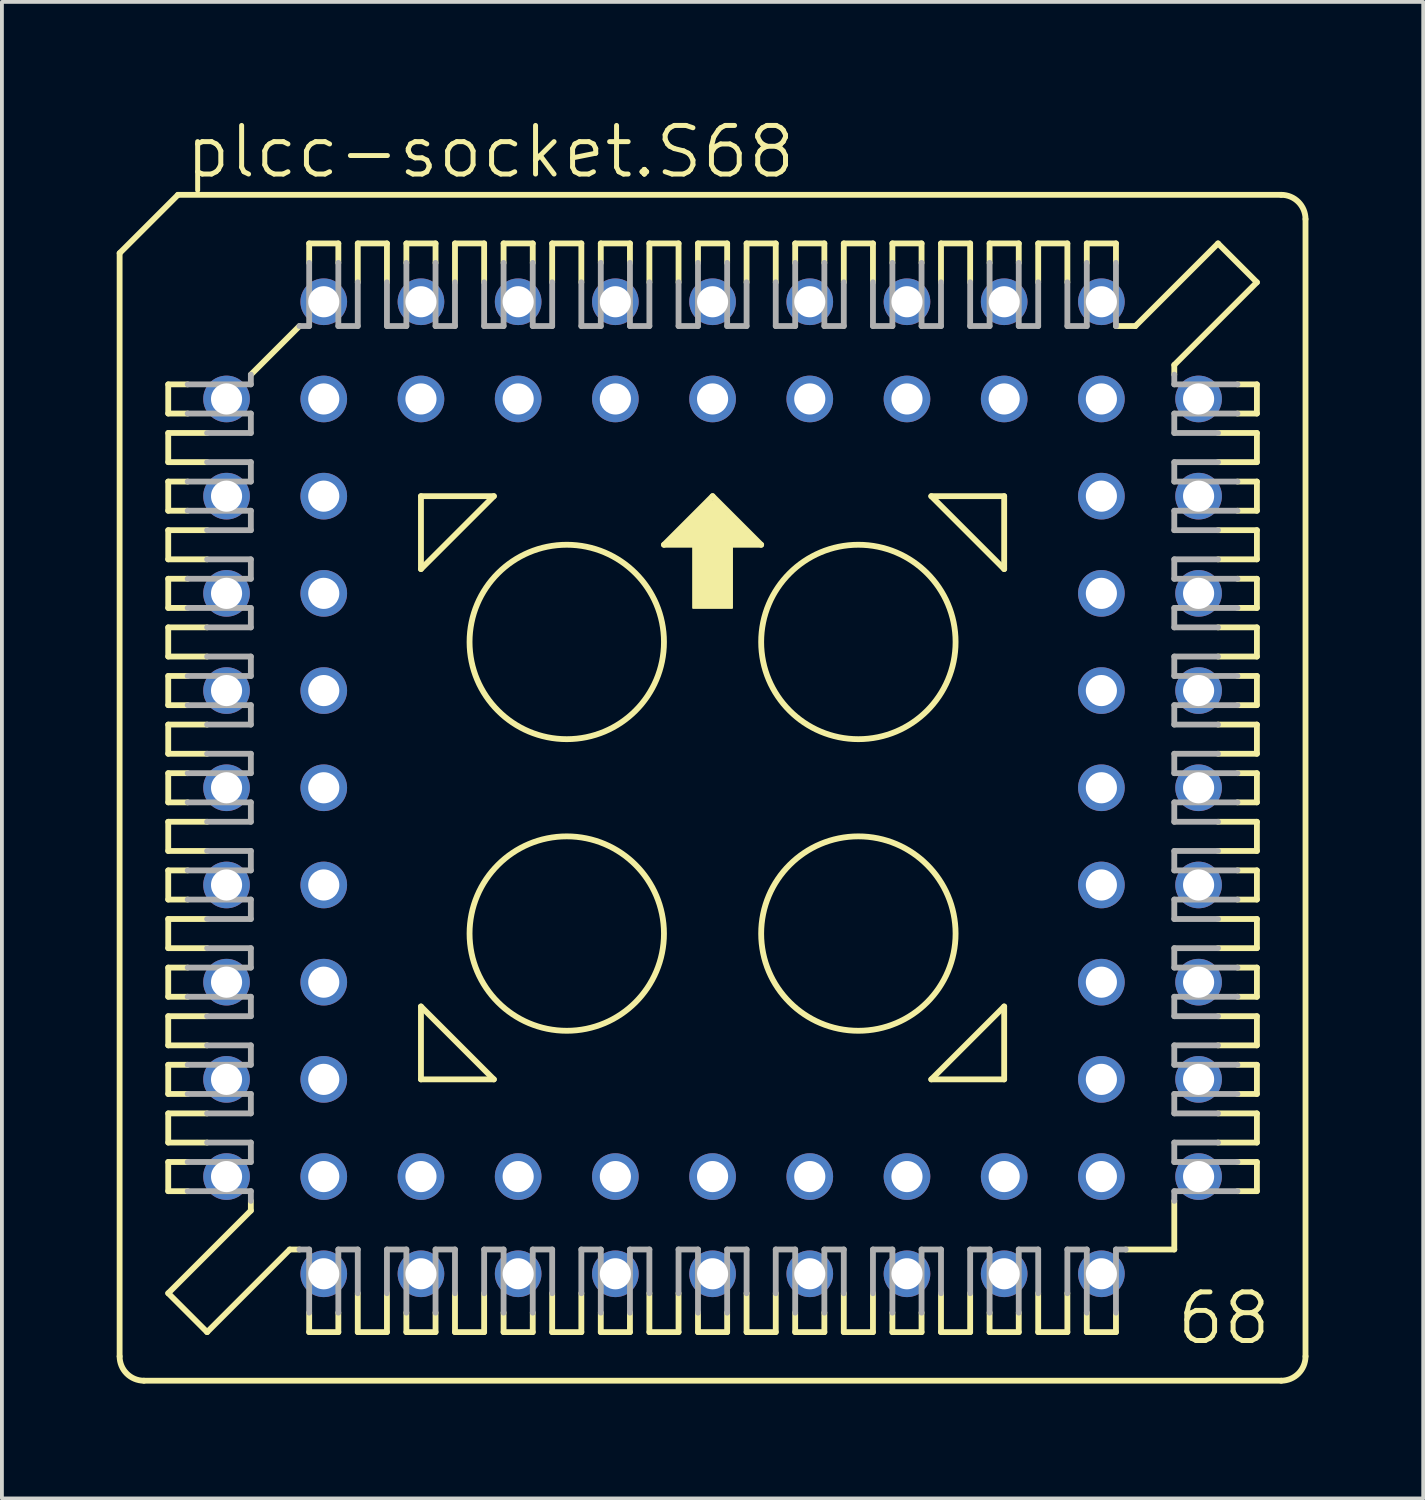
<source format=kicad_pcb>
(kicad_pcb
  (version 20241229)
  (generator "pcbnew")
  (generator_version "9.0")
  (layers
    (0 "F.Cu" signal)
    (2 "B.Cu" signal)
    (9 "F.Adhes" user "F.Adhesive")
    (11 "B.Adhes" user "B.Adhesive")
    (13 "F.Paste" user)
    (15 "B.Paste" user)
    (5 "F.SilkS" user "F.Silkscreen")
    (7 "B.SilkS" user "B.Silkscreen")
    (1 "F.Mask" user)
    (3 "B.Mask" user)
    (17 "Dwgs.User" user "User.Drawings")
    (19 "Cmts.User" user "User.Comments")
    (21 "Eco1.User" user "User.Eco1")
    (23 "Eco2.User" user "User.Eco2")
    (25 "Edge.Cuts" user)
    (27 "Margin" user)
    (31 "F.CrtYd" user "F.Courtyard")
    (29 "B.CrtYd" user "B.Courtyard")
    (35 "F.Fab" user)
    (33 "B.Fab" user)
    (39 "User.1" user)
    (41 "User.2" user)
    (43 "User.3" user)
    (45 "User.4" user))
  (footprint "plcc-socket.S68"
    (layer "F.Cu")
    (at 15.57 17.535)
    (property "Reference" "plcc-socket.S68" (at -13.843 -15.875 0) (layer "F.SilkS") (effects (font (size 1.27 1.27) (thickness 0.13)) (justify left bottom)))
    (attr through_hole)
    (fp_line (start -15.494 -13.97) (end -15.494 14.859) (stroke (width 0.152) (type default)) (layer "F.SilkS"))
    (fp_line (start -14.224 -10.541) (end -14.224 -9.779) (stroke (width 0.152) (type default)) (layer "F.SilkS"))
    (fp_line (start -14.224 -9.779) (end -13.716 -9.779) (stroke (width 0.152) (type default)) (layer "F.SilkS"))
    (fp_line (start -14.224 -9.271) (end -14.224 -8.509) (stroke (width 0.152) (type default)) (layer "F.SilkS"))
    (fp_line (start -14.224 -8.509) (end -13.208 -8.509) (stroke (width 0.152) (type default)) (layer "F.SilkS"))
    (fp_line (start -14.224 -8.001) (end -13.716 -8.001) (stroke (width 0.152) (type default)) (layer "F.SilkS"))
    (fp_line (start -14.224 -7.239) (end -14.224 -8.001) (stroke (width 0.152) (type default)) (layer "F.SilkS"))
    (fp_line (start -14.224 -6.731) (end -14.224 -5.969) (stroke (width 0.152) (type default)) (layer "F.SilkS"))
    (fp_line (start -14.224 -5.969) (end -13.208 -5.969) (stroke (width 0.152) (type default)) (layer "F.SilkS"))
    (fp_line (start -14.224 -5.461) (end -14.224 -4.699) (stroke (width 0.152) (type default)) (layer "F.SilkS"))
    (fp_line (start -14.224 -4.699) (end -13.716 -4.699) (stroke (width 0.152) (type default)) (layer "F.SilkS"))
    (fp_line (start -14.224 -4.191) (end -14.224 -3.429) (stroke (width 0.152) (type default)) (layer "F.SilkS"))
    (fp_line (start -14.224 -3.429) (end -13.208 -3.429) (stroke (width 0.152) (type default)) (layer "F.SilkS"))
    (fp_line (start -14.224 -2.921) (end -14.224 -2.159) (stroke (width 0.152) (type default)) (layer "F.SilkS"))
    (fp_line (start -14.224 -2.159) (end -13.716 -2.159) (stroke (width 0.152) (type default)) (layer "F.SilkS"))
    (fp_line (start -14.224 -1.651) (end -13.208 -1.651) (stroke (width 0.152) (type default)) (layer "F.SilkS"))
    (fp_line (start -14.224 -0.889) (end -14.224 -1.651) (stroke (width 0.152) (type default)) (layer "F.SilkS"))
    (fp_line (start -14.224 -0.381) (end -13.716 -0.381) (stroke (width 0.152) (type default)) (layer "F.SilkS"))
    (fp_line (start -14.224 0.381) (end -14.224 -0.381) (stroke (width 0.152) (type default)) (layer "F.SilkS"))
    (fp_line (start -14.224 0.889) (end -13.208 0.889) (stroke (width 0.152) (type default)) (layer "F.SilkS"))
    (fp_line (start -14.224 1.651) (end -14.224 0.889) (stroke (width 0.152) (type default)) (layer "F.SilkS"))
    (fp_line (start -14.224 2.159) (end -13.716 2.159) (stroke (width 0.152) (type default)) (layer "F.SilkS"))
    (fp_line (start -14.224 2.921) (end -14.224 2.159) (stroke (width 0.152) (type default)) (layer "F.SilkS"))
    (fp_line (start -14.224 3.429) (end -13.208 3.429) (stroke (width 0.152) (type default)) (layer "F.SilkS"))
    (fp_line (start -14.224 4.191) (end -14.224 3.429) (stroke (width 0.152) (type default)) (layer "F.SilkS"))
    (fp_line (start -14.224 4.699) (end -13.716 4.699) (stroke (width 0.152) (type default)) (layer "F.SilkS"))
    (fp_line (start -14.224 5.461) (end -14.224 4.699) (stroke (width 0.152) (type default)) (layer "F.SilkS"))
    (fp_line (start -14.224 5.969) (end -14.224 6.731) (stroke (width 0.152) (type default)) (layer "F.SilkS"))
    (fp_line (start -14.224 6.731) (end -13.208 6.731) (stroke (width 0.152) (type default)) (layer "F.SilkS"))
    (fp_line (start -14.224 7.239) (end -14.224 8.001) (stroke (width 0.152) (type default)) (layer "F.SilkS"))
    (fp_line (start -14.224 8.001) (end -13.716 8.001) (stroke (width 0.152) (type default)) (layer "F.SilkS"))
    (fp_line (start -14.224 8.509) (end -14.224 9.271) (stroke (width 0.152) (type default)) (layer "F.SilkS"))
    (fp_line (start -14.224 9.271) (end -13.208 9.271) (stroke (width 0.152) (type default)) (layer "F.SilkS"))
    (fp_line (start -14.224 9.779) (end -13.716 9.779) (stroke (width 0.152) (type default)) (layer "F.SilkS"))
    (fp_line (start -14.224 10.541) (end -14.224 9.779) (stroke (width 0.152) (type default)) (layer "F.SilkS"))
    (fp_line (start -14.224 13.208) (end -12.065 11.049) (stroke (width 0.152) (type default)) (layer "F.SilkS"))
    (fp_line (start -13.97 -15.494) (end -15.494 -13.97) (stroke (width 0.152) (type default)) (layer "F.SilkS"))
    (fp_line (start -13.716 -10.541) (end -14.224 -10.541) (stroke (width 0.152) (type default)) (layer "F.SilkS"))
    (fp_line (start -13.716 -7.239) (end -14.224 -7.239) (stroke (width 0.152) (type default)) (layer "F.SilkS"))
    (fp_line (start -13.716 -5.461) (end -14.224 -5.461) (stroke (width 0.152) (type default)) (layer "F.SilkS"))
    (fp_line (start -13.716 -2.921) (end -14.224 -2.921) (stroke (width 0.152) (type default)) (layer "F.SilkS"))
    (fp_line (start -13.716 0.381) (end -14.224 0.381) (stroke (width 0.152) (type default)) (layer "F.SilkS"))
    (fp_line (start -13.716 2.921) (end -14.224 2.921) (stroke (width 0.152) (type default)) (layer "F.SilkS"))
    (fp_line (start -13.716 5.461) (end -14.224 5.461) (stroke (width 0.152) (type default)) (layer "F.SilkS"))
    (fp_line (start -13.716 7.239) (end -14.224 7.239) (stroke (width 0.152) (type default)) (layer "F.SilkS"))
    (fp_line (start -13.716 10.541) (end -14.224 10.541) (stroke (width 0.152) (type default)) (layer "F.SilkS"))
    (fp_line (start -13.208 -9.271) (end -14.224 -9.271) (stroke (width 0.152) (type default)) (layer "F.SilkS"))
    (fp_line (start -13.208 -6.731) (end -14.224 -6.731) (stroke (width 0.152) (type default)) (layer "F.SilkS"))
    (fp_line (start -13.208 -4.191) (end -14.224 -4.191) (stroke (width 0.152) (type default)) (layer "F.SilkS"))
    (fp_line (start -13.208 -0.889) (end -14.224 -0.889) (stroke (width 0.152) (type default)) (layer "F.SilkS"))
    (fp_line (start -13.208 1.651) (end -14.224 1.651) (stroke (width 0.152) (type default)) (layer "F.SilkS"))
    (fp_line (start -13.208 4.191) (end -14.224 4.191) (stroke (width 0.152) (type default)) (layer "F.SilkS"))
    (fp_line (start -13.208 5.969) (end -14.224 5.969) (stroke (width 0.152) (type default)) (layer "F.SilkS"))
    (fp_line (start -13.208 8.509) (end -14.224 8.509) (stroke (width 0.152) (type default)) (layer "F.SilkS"))
    (fp_line (start -13.208 14.224) (end -14.224 13.208) (stroke (width 0.152) (type default)) (layer "F.SilkS"))
    (fp_line (start -13.208 14.224) (end -11.049 12.065) (stroke (width 0.152) (type default)) (layer "F.SilkS"))
    (fp_line (start -12.065 -10.795) (end -10.795 -12.065) (stroke (width 0.152) (type default)) (layer "F.SilkS"))
    (fp_line (start -12.065 11.049) (end -12.065 10.795) (stroke (width 0.152) (type default)) (layer "F.SilkS"))
    (fp_line (start -11.049 12.065) (end -10.795 12.065) (stroke (width 0.152) (type default)) (layer "F.SilkS"))
    (fp_line (start -10.541 -14.224) (end -10.541 -13.716) (stroke (width 0.152) (type default)) (layer "F.SilkS"))
    (fp_line (start -10.541 13.716) (end -10.541 14.224) (stroke (width 0.152) (type default)) (layer "F.SilkS"))
    (fp_line (start -10.541 14.224) (end -9.779 14.224) (stroke (width 0.152) (type default)) (layer "F.SilkS"))
    (fp_line (start -9.779 -14.224) (end -10.541 -14.224) (stroke (width 0.152) (type default)) (layer "F.SilkS"))
    (fp_line (start -9.779 -13.716) (end -9.779 -14.224) (stroke (width 0.152) (type default)) (layer "F.SilkS"))
    (fp_line (start -9.779 14.224) (end -9.779 13.716) (stroke (width 0.152) (type default)) (layer "F.SilkS"))
    (fp_line (start -9.271 -14.224) (end -9.271 -13.208) (stroke (width 0.152) (type default)) (layer "F.SilkS"))
    (fp_line (start -9.271 13.208) (end -9.271 14.224) (stroke (width 0.152) (type default)) (layer "F.SilkS"))
    (fp_line (start -9.271 14.224) (end -8.509 14.224) (stroke (width 0.152) (type default)) (layer "F.SilkS"))
    (fp_line (start -8.509 -14.224) (end -9.271 -14.224) (stroke (width 0.152) (type default)) (layer "F.SilkS"))
    (fp_line (start -8.509 -13.208) (end -8.509 -14.224) (stroke (width 0.152) (type default)) (layer "F.SilkS"))
    (fp_line (start -8.509 14.224) (end -8.509 13.208) (stroke (width 0.152) (type default)) (layer "F.SilkS"))
    (fp_line (start -8.001 -14.224) (end -8.001 -13.716) (stroke (width 0.152) (type default)) (layer "F.SilkS"))
    (fp_line (start -8.001 14.224) (end -8.001 13.716) (stroke (width 0.152) (type default)) (layer "F.SilkS"))
    (fp_line (start -7.62 -7.62) (end -5.715 -7.62) (stroke (width 0.152) (type default)) (layer "F.SilkS"))
    (fp_line (start -7.62 -5.715) (end -7.62 -7.62) (stroke (width 0.152) (type default)) (layer "F.SilkS"))
    (fp_line (start -7.62 5.715) (end -5.715 7.62) (stroke (width 0.152) (type default)) (layer "F.SilkS"))
    (fp_line (start -7.62 7.62) (end -7.62 5.715) (stroke (width 0.152) (type default)) (layer "F.SilkS"))
    (fp_line (start -7.239 -14.224) (end -8.001 -14.224) (stroke (width 0.152) (type default)) (layer "F.SilkS"))
    (fp_line (start -7.239 -13.716) (end -7.239 -14.224) (stroke (width 0.152) (type default)) (layer "F.SilkS"))
    (fp_line (start -7.239 13.716) (end -7.239 14.224) (stroke (width 0.152) (type default)) (layer "F.SilkS"))
    (fp_line (start -7.239 14.224) (end -8.001 14.224) (stroke (width 0.152) (type default)) (layer "F.SilkS"))
    (fp_line (start -6.731 -14.224) (end -6.731 -13.208) (stroke (width 0.152) (type default)) (layer "F.SilkS"))
    (fp_line (start -6.731 13.208) (end -6.731 14.224) (stroke (width 0.152) (type default)) (layer "F.SilkS"))
    (fp_line (start -6.731 14.224) (end -5.969 14.224) (stroke (width 0.152) (type default)) (layer "F.SilkS"))
    (fp_line (start -5.969 -14.224) (end -6.731 -14.224) (stroke (width 0.152) (type default)) (layer "F.SilkS"))
    (fp_line (start -5.969 -13.208) (end -5.969 -14.224) (stroke (width 0.152) (type default)) (layer "F.SilkS"))
    (fp_line (start -5.969 14.224) (end -5.969 13.208) (stroke (width 0.152) (type default)) (layer "F.SilkS"))
    (fp_line (start -5.715 -7.62) (end -7.62 -5.715) (stroke (width 0.152) (type default)) (layer "F.SilkS"))
    (fp_line (start -5.715 7.62) (end -7.62 7.62) (stroke (width 0.152) (type default)) (layer "F.SilkS"))
    (fp_line (start -5.461 -14.224) (end -5.461 -13.716) (stroke (width 0.152) (type default)) (layer "F.SilkS"))
    (fp_line (start -5.461 13.716) (end -5.461 14.224) (stroke (width 0.152) (type default)) (layer "F.SilkS"))
    (fp_line (start -5.461 14.224) (end -4.699 14.224) (stroke (width 0.152) (type default)) (layer "F.SilkS"))
    (fp_line (start -4.699 -14.224) (end -5.461 -14.224) (stroke (width 0.152) (type default)) (layer "F.SilkS"))
    (fp_line (start -4.699 -13.716) (end -4.699 -14.224) (stroke (width 0.152) (type default)) (layer "F.SilkS"))
    (fp_line (start -4.699 14.224) (end -4.699 13.716) (stroke (width 0.152) (type default)) (layer "F.SilkS"))
    (fp_line (start -4.191 -14.224) (end -4.191 -13.208) (stroke (width 0.152) (type default)) (layer "F.SilkS"))
    (fp_line (start -4.191 13.208) (end -4.191 14.224) (stroke (width 0.152) (type default)) (layer "F.SilkS"))
    (fp_line (start -4.191 14.224) (end -3.429 14.224) (stroke (width 0.152) (type default)) (layer "F.SilkS"))
    (fp_line (start -3.429 -14.224) (end -4.191 -14.224) (stroke (width 0.152) (type default)) (layer "F.SilkS"))
    (fp_line (start -3.429 -13.208) (end -3.429 -14.224) (stroke (width 0.152) (type default)) (layer "F.SilkS"))
    (fp_line (start -3.429 14.224) (end -3.429 13.208) (stroke (width 0.152) (type default)) (layer "F.SilkS"))
    (fp_line (start -2.921 -14.224) (end -2.921 -13.716) (stroke (width 0.152) (type default)) (layer "F.SilkS"))
    (fp_line (start -2.921 13.716) (end -2.921 14.224) (stroke (width 0.152) (type default)) (layer "F.SilkS"))
    (fp_line (start -2.921 14.224) (end -2.159 14.224) (stroke (width 0.152) (type default)) (layer "F.SilkS"))
    (fp_line (start -2.159 -14.224) (end -2.921 -14.224) (stroke (width 0.152) (type default)) (layer "F.SilkS"))
    (fp_line (start -2.159 -13.716) (end -2.159 -14.224) (stroke (width 0.152) (type default)) (layer "F.SilkS"))
    (fp_line (start -2.159 14.224) (end -2.159 13.716) (stroke (width 0.152) (type default)) (layer "F.SilkS"))
    (fp_line (start -1.651 -14.224) (end -1.651 -13.208) (stroke (width 0.152) (type default)) (layer "F.SilkS"))
    (fp_line (start -1.651 13.208) (end -1.651 14.224) (stroke (width 0.152) (type default)) (layer "F.SilkS"))
    (fp_line (start -1.651 14.224) (end -0.889 14.224) (stroke (width 0.152) (type default)) (layer "F.SilkS"))
    (fp_line (start -1.27 -6.35) (end 1.27 -6.35) (stroke (width 0.152) (type default)) (layer "F.SilkS"))
    (fp_line (start -0.889 -14.224) (end -1.651 -14.224) (stroke (width 0.152) (type default)) (layer "F.SilkS"))
    (fp_line (start -0.889 -13.208) (end -0.889 -14.224) (stroke (width 0.152) (type default)) (layer "F.SilkS"))
    (fp_line (start -0.889 14.224) (end -0.889 13.208) (stroke (width 0.152) (type default)) (layer "F.SilkS"))
    (fp_line (start -0.381 -14.224) (end -0.381 -13.716) (stroke (width 0.152) (type default)) (layer "F.SilkS"))
    (fp_line (start -0.381 13.716) (end -0.381 14.224) (stroke (width 0.152) (type default)) (layer "F.SilkS"))
    (fp_line (start -0.381 14.224) (end 0.381 14.224) (stroke (width 0.152) (type default)) (layer "F.SilkS"))
    (fp_line (start 0 -7.62) (end -1.27 -6.35) (stroke (width 0.152) (type default)) (layer "F.SilkS"))
    (fp_line (start 0.381 -14.224) (end -0.381 -14.224) (stroke (width 0.152) (type default)) (layer "F.SilkS"))
    (fp_line (start 0.381 -13.716) (end 0.381 -14.224) (stroke (width 0.152) (type default)) (layer "F.SilkS"))
    (fp_line (start 0.381 14.224) (end 0.381 13.716) (stroke (width 0.152) (type default)) (layer "F.SilkS"))
    (fp_line (start 0.889 -14.224) (end 0.889 -13.208) (stroke (width 0.152) (type default)) (layer "F.SilkS"))
    (fp_line (start 0.889 13.208) (end 0.889 14.224) (stroke (width 0.152) (type default)) (layer "F.SilkS"))
    (fp_line (start 0.889 14.224) (end 1.651 14.224) (stroke (width 0.152) (type default)) (layer "F.SilkS"))
    (fp_line (start 1.27 -6.35) (end 0 -7.62) (stroke (width 0.152) (type default)) (layer "F.SilkS"))
    (fp_line (start 1.651 -14.224) (end 0.889 -14.224) (stroke (width 0.152) (type default)) (layer "F.SilkS"))
    (fp_line (start 1.651 -13.208) (end 1.651 -14.224) (stroke (width 0.152) (type default)) (layer "F.SilkS"))
    (fp_line (start 1.651 14.224) (end 1.651 13.208) (stroke (width 0.152) (type default)) (layer "F.SilkS"))
    (fp_line (start 2.159 -14.224) (end 2.159 -13.716) (stroke (width 0.152) (type default)) (layer "F.SilkS"))
    (fp_line (start 2.159 13.716) (end 2.159 14.224) (stroke (width 0.152) (type default)) (layer "F.SilkS"))
    (fp_line (start 2.159 14.224) (end 2.921 14.224) (stroke (width 0.152) (type default)) (layer "F.SilkS"))
    (fp_line (start 2.921 -14.224) (end 2.159 -14.224) (stroke (width 0.152) (type default)) (layer "F.SilkS"))
    (fp_line (start 2.921 -13.716) (end 2.921 -14.224) (stroke (width 0.152) (type default)) (layer "F.SilkS"))
    (fp_line (start 2.921 14.224) (end 2.921 13.716) (stroke (width 0.152) (type default)) (layer "F.SilkS"))
    (fp_line (start 3.429 -14.224) (end 3.429 -13.208) (stroke (width 0.152) (type default)) (layer "F.SilkS"))
    (fp_line (start 3.429 13.208) (end 3.429 14.224) (stroke (width 0.152) (type default)) (layer "F.SilkS"))
    (fp_line (start 3.429 14.224) (end 4.191 14.224) (stroke (width 0.152) (type default)) (layer "F.SilkS"))
    (fp_line (start 4.191 -14.224) (end 3.429 -14.224) (stroke (width 0.152) (type default)) (layer "F.SilkS"))
    (fp_line (start 4.191 -13.208) (end 4.191 -14.224) (stroke (width 0.152) (type default)) (layer "F.SilkS"))
    (fp_line (start 4.191 14.224) (end 4.191 13.208) (stroke (width 0.152) (type default)) (layer "F.SilkS"))
    (fp_line (start 4.699 -14.224) (end 4.699 -13.716) (stroke (width 0.152) (type default)) (layer "F.SilkS"))
    (fp_line (start 4.699 13.716) (end 4.699 14.224) (stroke (width 0.152) (type default)) (layer "F.SilkS"))
    (fp_line (start 4.699 14.224) (end 5.461 14.224) (stroke (width 0.152) (type default)) (layer "F.SilkS"))
    (fp_line (start 5.461 -14.224) (end 4.699 -14.224) (stroke (width 0.152) (type default)) (layer "F.SilkS"))
    (fp_line (start 5.461 -13.716) (end 5.461 -14.224) (stroke (width 0.152) (type default)) (layer "F.SilkS"))
    (fp_line (start 5.461 14.224) (end 5.461 13.716) (stroke (width 0.152) (type default)) (layer "F.SilkS"))
    (fp_line (start 5.715 -7.62) (end 7.62 -7.62) (stroke (width 0.152) (type default)) (layer "F.SilkS"))
    (fp_line (start 5.715 7.62) (end 7.62 7.62) (stroke (width 0.152) (type default)) (layer "F.SilkS"))
    (fp_line (start 5.969 -14.224) (end 5.969 -13.208) (stroke (width 0.152) (type default)) (layer "F.SilkS"))
    (fp_line (start 5.969 13.208) (end 5.969 14.224) (stroke (width 0.152) (type default)) (layer "F.SilkS"))
    (fp_line (start 5.969 14.224) (end 6.731 14.224) (stroke (width 0.152) (type default)) (layer "F.SilkS"))
    (fp_line (start 6.731 -14.224) (end 5.969 -14.224) (stroke (width 0.152) (type default)) (layer "F.SilkS"))
    (fp_line (start 6.731 -13.208) (end 6.731 -14.224) (stroke (width 0.152) (type default)) (layer "F.SilkS"))
    (fp_line (start 6.731 14.224) (end 6.731 13.208) (stroke (width 0.152) (type default)) (layer "F.SilkS"))
    (fp_line (start 7.239 -14.224) (end 8.001 -14.224) (stroke (width 0.152) (type default)) (layer "F.SilkS"))
    (fp_line (start 7.239 -13.716) (end 7.239 -14.224) (stroke (width 0.152) (type default)) (layer "F.SilkS"))
    (fp_line (start 7.239 13.716) (end 7.239 14.224) (stroke (width 0.152) (type default)) (layer "F.SilkS"))
    (fp_line (start 7.239 14.224) (end 8.001 14.224) (stroke (width 0.152) (type default)) (layer "F.SilkS"))
    (fp_line (start 7.62 -7.62) (end 7.62 -5.715) (stroke (width 0.152) (type default)) (layer "F.SilkS"))
    (fp_line (start 7.62 -5.715) (end 5.715 -7.62) (stroke (width 0.152) (type default)) (layer "F.SilkS"))
    (fp_line (start 7.62 5.715) (end 5.715 7.62) (stroke (width 0.152) (type default)) (layer "F.SilkS"))
    (fp_line (start 7.62 7.62) (end 7.62 5.715) (stroke (width 0.152) (type default)) (layer "F.SilkS"))
    (fp_line (start 8.001 -14.224) (end 8.001 -13.716) (stroke (width 0.152) (type default)) (layer "F.SilkS"))
    (fp_line (start 8.001 14.224) (end 8.001 13.716) (stroke (width 0.152) (type default)) (layer "F.SilkS"))
    (fp_line (start 8.509 -14.224) (end 8.509 -13.208) (stroke (width 0.152) (type default)) (layer "F.SilkS"))
    (fp_line (start 8.509 13.208) (end 8.509 14.224) (stroke (width 0.152) (type default)) (layer "F.SilkS"))
    (fp_line (start 8.509 14.224) (end 9.271 14.224) (stroke (width 0.152) (type default)) (layer "F.SilkS"))
    (fp_line (start 9.271 -14.224) (end 8.509 -14.224) (stroke (width 0.152) (type default)) (layer "F.SilkS"))
    (fp_line (start 9.271 -13.208) (end 9.271 -14.224) (stroke (width 0.152) (type default)) (layer "F.SilkS"))
    (fp_line (start 9.271 14.224) (end 9.271 13.208) (stroke (width 0.152) (type default)) (layer "F.SilkS"))
    (fp_line (start 9.779 -14.224) (end 9.779 -13.716) (stroke (width 0.152) (type default)) (layer "F.SilkS"))
    (fp_line (start 9.779 13.716) (end 9.779 14.224) (stroke (width 0.152) (type default)) (layer "F.SilkS"))
    (fp_line (start 9.779 14.224) (end 10.541 14.224) (stroke (width 0.152) (type default)) (layer "F.SilkS"))
    (fp_line (start 10.541 -14.224) (end 9.779 -14.224) (stroke (width 0.152) (type default)) (layer "F.SilkS"))
    (fp_line (start 10.541 -13.716) (end 10.541 -14.224) (stroke (width 0.152) (type default)) (layer "F.SilkS"))
    (fp_line (start 10.541 14.224) (end 10.541 13.716) (stroke (width 0.152) (type default)) (layer "F.SilkS"))
    (fp_line (start 10.795 12.065) (end 12.065 12.065) (stroke (width 0.152) (type default)) (layer "F.SilkS"))
    (fp_line (start 11.049 -12.065) (end 10.541 -12.065) (stroke (width 0.152) (type default)) (layer "F.SilkS"))
    (fp_line (start 12.065 -11.049) (end 12.065 -10.795) (stroke (width 0.152) (type default)) (layer "F.SilkS"))
    (fp_line (start 12.065 12.065) (end 12.065 10.795) (stroke (width 0.152) (type default)) (layer "F.SilkS"))
    (fp_line (start 13.208 -14.224) (end 11.049 -12.065) (stroke (width 0.152) (type default)) (layer "F.SilkS"))
    (fp_line (start 13.208 -8.509) (end 14.224 -8.509) (stroke (width 0.152) (type default)) (layer "F.SilkS"))
    (fp_line (start 13.208 -5.969) (end 14.224 -5.969) (stroke (width 0.152) (type default)) (layer "F.SilkS"))
    (fp_line (start 13.208 -4.191) (end 14.224 -4.191) (stroke (width 0.152) (type default)) (layer "F.SilkS"))
    (fp_line (start 13.208 -1.651) (end 14.224 -1.651) (stroke (width 0.152) (type default)) (layer "F.SilkS"))
    (fp_line (start 13.208 0.889) (end 14.224 0.889) (stroke (width 0.152) (type default)) (layer "F.SilkS"))
    (fp_line (start 13.208 4.191) (end 14.224 4.191) (stroke (width 0.152) (type default)) (layer "F.SilkS"))
    (fp_line (start 13.208 6.731) (end 14.224 6.731) (stroke (width 0.152) (type default)) (layer "F.SilkS"))
    (fp_line (start 13.208 9.271) (end 14.224 9.271) (stroke (width 0.152) (type default)) (layer "F.SilkS"))
    (fp_line (start 13.716 -10.541) (end 14.224 -10.541) (stroke (width 0.152) (type default)) (layer "F.SilkS"))
    (fp_line (start 13.716 -7.239) (end 14.224 -7.239) (stroke (width 0.152) (type default)) (layer "F.SilkS"))
    (fp_line (start 13.716 -5.461) (end 14.224 -5.461) (stroke (width 0.152) (type default)) (layer "F.SilkS"))
    (fp_line (start 13.716 -2.921) (end 14.224 -2.921) (stroke (width 0.152) (type default)) (layer "F.SilkS"))
    (fp_line (start 13.716 -0.381) (end 14.224 -0.381) (stroke (width 0.152) (type default)) (layer "F.SilkS"))
    (fp_line (start 13.716 2.921) (end 14.224 2.921) (stroke (width 0.152) (type default)) (layer "F.SilkS"))
    (fp_line (start 13.716 5.461) (end 14.224 5.461) (stroke (width 0.152) (type default)) (layer "F.SilkS"))
    (fp_line (start 13.716 7.239) (end 14.224 7.239) (stroke (width 0.152) (type default)) (layer "F.SilkS"))
    (fp_line (start 13.716 10.541) (end 14.224 10.541) (stroke (width 0.152) (type default)) (layer "F.SilkS"))
    (fp_line (start 14.224 -13.208) (end 12.065 -11.049) (stroke (width 0.152) (type default)) (layer "F.SilkS"))
    (fp_line (start 14.224 -13.208) (end 13.208 -14.224) (stroke (width 0.152) (type default)) (layer "F.SilkS"))
    (fp_line (start 14.224 -10.541) (end 14.224 -9.779) (stroke (width 0.152) (type default)) (layer "F.SilkS"))
    (fp_line (start 14.224 -9.779) (end 13.716 -9.779) (stroke (width 0.152) (type default)) (layer "F.SilkS"))
    (fp_line (start 14.224 -9.271) (end 13.208 -9.271) (stroke (width 0.152) (type default)) (layer "F.SilkS"))
    (fp_line (start 14.224 -8.509) (end 14.224 -9.271) (stroke (width 0.152) (type default)) (layer "F.SilkS"))
    (fp_line (start 14.224 -8.001) (end 13.716 -8.001) (stroke (width 0.152) (type default)) (layer "F.SilkS"))
    (fp_line (start 14.224 -7.239) (end 14.224 -8.001) (stroke (width 0.152) (type default)) (layer "F.SilkS"))
    (fp_line (start 14.224 -6.731) (end 13.208 -6.731) (stroke (width 0.152) (type default)) (layer "F.SilkS"))
    (fp_line (start 14.224 -5.969) (end 14.224 -6.731) (stroke (width 0.152) (type default)) (layer "F.SilkS"))
    (fp_line (start 14.224 -5.461) (end 14.224 -4.699) (stroke (width 0.152) (type default)) (layer "F.SilkS"))
    (fp_line (start 14.224 -4.699) (end 13.716 -4.699) (stroke (width 0.152) (type default)) (layer "F.SilkS"))
    (fp_line (start 14.224 -4.191) (end 14.224 -3.429) (stroke (width 0.152) (type default)) (layer "F.SilkS"))
    (fp_line (start 14.224 -3.429) (end 13.208 -3.429) (stroke (width 0.152) (type default)) (layer "F.SilkS"))
    (fp_line (start 14.224 -2.921) (end 14.224 -2.159) (stroke (width 0.152) (type default)) (layer "F.SilkS"))
    (fp_line (start 14.224 -2.159) (end 13.716 -2.159) (stroke (width 0.152) (type default)) (layer "F.SilkS"))
    (fp_line (start 14.224 -1.651) (end 14.224 -0.889) (stroke (width 0.152) (type default)) (layer "F.SilkS"))
    (fp_line (start 14.224 -0.889) (end 13.208 -0.889) (stroke (width 0.152) (type default)) (layer "F.SilkS"))
    (fp_line (start 14.224 -0.381) (end 14.224 0.381) (stroke (width 0.152) (type default)) (layer "F.SilkS"))
    (fp_line (start 14.224 0.381) (end 13.716 0.381) (stroke (width 0.152) (type default)) (layer "F.SilkS"))
    (fp_line (start 14.224 0.889) (end 14.224 1.651) (stroke (width 0.152) (type default)) (layer "F.SilkS"))
    (fp_line (start 14.224 1.651) (end 13.208 1.651) (stroke (width 0.152) (type default)) (layer "F.SilkS"))
    (fp_line (start 14.224 2.159) (end 13.716 2.159) (stroke (width 0.152) (type default)) (layer "F.SilkS"))
    (fp_line (start 14.224 2.921) (end 14.224 2.159) (stroke (width 0.152) (type default)) (layer "F.SilkS"))
    (fp_line (start 14.224 3.429) (end 13.208 3.429) (stroke (width 0.152) (type default)) (layer "F.SilkS"))
    (fp_line (start 14.224 4.191) (end 14.224 3.429) (stroke (width 0.152) (type default)) (layer "F.SilkS"))
    (fp_line (start 14.224 4.699) (end 13.716 4.699) (stroke (width 0.152) (type default)) (layer "F.SilkS"))
    (fp_line (start 14.224 5.461) (end 14.224 4.699) (stroke (width 0.152) (type default)) (layer "F.SilkS"))
    (fp_line (start 14.224 5.969) (end 13.208 5.969) (stroke (width 0.152) (type default)) (layer "F.SilkS"))
    (fp_line (start 14.224 6.731) (end 14.224 5.969) (stroke (width 0.152) (type default)) (layer "F.SilkS"))
    (fp_line (start 14.224 7.239) (end 14.224 8.001) (stroke (width 0.152) (type default)) (layer "F.SilkS"))
    (fp_line (start 14.224 8.001) (end 13.716 8.001) (stroke (width 0.152) (type default)) (layer "F.SilkS"))
    (fp_line (start 14.224 8.509) (end 13.208 8.509) (stroke (width 0.152) (type default)) (layer "F.SilkS"))
    (fp_line (start 14.224 9.271) (end 14.224 8.509) (stroke (width 0.152) (type default)) (layer "F.SilkS"))
    (fp_line (start 14.224 9.779) (end 13.716 9.779) (stroke (width 0.152) (type default)) (layer "F.SilkS"))
    (fp_line (start 14.224 10.541) (end 14.224 9.779) (stroke (width 0.152) (type default)) (layer "F.SilkS"))
    (fp_line (start 14.859 -15.494) (end -13.97 -15.494) (stroke (width 0.152) (type default)) (layer "F.SilkS"))
    (fp_line (start 14.859 15.494) (end -14.859 15.494) (stroke (width 0.152) (type default)) (layer "F.SilkS"))
    (fp_line (start 15.494 -14.859) (end 15.494 14.859) (stroke (width 0.152) (type default)) (layer "F.SilkS"))
    (fp_rect (start -1.143 -6.35) (end -0.889 -6.477) (stroke (width 0.05) (type default)) (fill yes) (layer "F.SilkS"))
    (fp_rect (start -1.016 -6.477) (end -0.889 -6.604) (stroke (width 0.05) (type default)) (fill yes) (layer "F.SilkS"))
    (fp_rect (start -0.889 -6.35) (end 0.889 -6.731) (stroke (width 0.05) (type default)) (fill yes) (layer "F.SilkS"))
    (fp_rect (start -0.762 -6.731) (end -0.635 -6.858) (stroke (width 0.05) (type default)) (fill yes) (layer "F.SilkS"))
    (fp_rect (start -0.635 -6.731) (end 0.635 -6.985) (stroke (width 0.05) (type default)) (fill yes) (layer "F.SilkS"))
    (fp_rect (start -0.508 -6.985) (end -0.381 -7.112) (stroke (width 0.05) (type default)) (fill yes) (layer "F.SilkS"))
    (fp_rect (start -0.508 -4.699) (end 0.508 -6.604) (stroke (width 0.05) (type default)) (fill yes) (layer "F.SilkS"))
    (fp_rect (start -0.381 -6.985) (end 0.381 -7.239) (stroke (width 0.05) (type default)) (fill yes) (layer "F.SilkS"))
    (fp_rect (start -0.254 -7.239) (end -0.127 -7.366) (stroke (width 0.05) (type default)) (fill yes) (layer "F.SilkS"))
    (fp_rect (start -0.127 -7.239) (end 0.127 -7.493) (stroke (width 0.05) (type default)) (fill yes) (layer "F.SilkS"))
    (fp_rect (start 0.127 -7.239) (end 0.254 -7.366) (stroke (width 0.05) (type default)) (fill yes) (layer "F.SilkS"))
    (fp_rect (start 0.381 -6.985) (end 0.508 -7.112) (stroke (width 0.05) (type default)) (fill yes) (layer "F.SilkS"))
    (fp_rect (start 0.635 -6.731) (end 0.762 -6.858) (stroke (width 0.05) (type default)) (fill yes) (layer "F.SilkS"))
    (fp_rect (start 0.889 -6.477) (end 1.016 -6.604) (stroke (width 0.05) (type default)) (fill yes) (layer "F.SilkS"))
    (fp_rect (start 0.889 -6.35) (end 1.143 -6.477) (stroke (width 0.05) (type default)) (fill yes) (layer "F.SilkS"))
    (fp_arc (start -14.859 15.494) (mid -15.308013 15.308013) (end -15.494 14.859) (stroke (width 0.1524) (type default)) (layer "F.SilkS"))
    (fp_arc (start 14.859 -15.494) (mid 15.308013 -15.308013) (end 15.494 -14.859) (stroke (width 0.1524) (type default)) (layer "F.SilkS"))
    (fp_arc (start 15.494 14.859) (mid 15.308013 15.308013) (end 14.859 15.494) (stroke (width 0.1524) (type default)) (layer "F.SilkS"))
    (fp_circle (center -3.81 -3.81) (end -1.27 -3.81) (stroke (width 0.152) (type default)) (fill no) (layer "F.SilkS"))
    (fp_circle (center -3.81 3.81) (end -1.27 3.81) (stroke (width 0.152) (type default)) (fill no) (layer "F.SilkS"))
    (fp_circle (center 3.81 -3.81) (end 6.35 -3.81) (stroke (width 0.152) (type default)) (fill no) (layer "F.SilkS"))
    (fp_circle (center 3.81 3.81) (end 6.35 3.81) (stroke (width 0.152) (type default)) (fill no) (layer "F.SilkS"))
    (fp_line (start -13.716 -10.541) (end -12.065 -10.541) (stroke (width 0.152) (type default)) (layer "F.Fab"))
    (fp_line (start -13.716 -7.239) (end -12.065 -7.239) (stroke (width 0.152) (type default)) (layer "F.Fab"))
    (fp_line (start -13.716 -5.461) (end -12.065 -5.461) (stroke (width 0.152) (type default)) (layer "F.Fab"))
    (fp_line (start -13.716 -2.921) (end -12.065 -2.921) (stroke (width 0.152) (type default)) (layer "F.Fab"))
    (fp_line (start -13.716 0.381) (end -12.065 0.381) (stroke (width 0.152) (type default)) (layer "F.Fab"))
    (fp_line (start -13.716 2.921) (end -12.065 2.921) (stroke (width 0.152) (type default)) (layer "F.Fab"))
    (fp_line (start -13.716 5.461) (end -12.065 5.461) (stroke (width 0.152) (type default)) (layer "F.Fab"))
    (fp_line (start -13.716 7.239) (end -12.065 7.239) (stroke (width 0.152) (type default)) (layer "F.Fab"))
    (fp_line (start -13.716 9.779) (end -12.065 9.779) (stroke (width 0.152) (type default)) (layer "F.Fab"))
    (fp_line (start -13.716 10.541) (end -12.065 10.541) (stroke (width 0.152) (type default)) (layer "F.Fab"))
    (fp_line (start -13.208 -9.271) (end -12.065 -9.271) (stroke (width 0.152) (type default)) (layer "F.Fab"))
    (fp_line (start -13.208 -6.731) (end -12.065 -6.731) (stroke (width 0.152) (type default)) (layer "F.Fab"))
    (fp_line (start -13.208 -4.191) (end -12.065 -4.191) (stroke (width 0.152) (type default)) (layer "F.Fab"))
    (fp_line (start -13.208 -0.889) (end -12.065 -0.889) (stroke (width 0.152) (type default)) (layer "F.Fab"))
    (fp_line (start -13.208 1.651) (end -12.065 1.651) (stroke (width 0.152) (type default)) (layer "F.Fab"))
    (fp_line (start -13.208 4.191) (end -12.065 4.191) (stroke (width 0.152) (type default)) (layer "F.Fab"))
    (fp_line (start -13.208 5.969) (end -12.065 5.969) (stroke (width 0.152) (type default)) (layer "F.Fab"))
    (fp_line (start -13.208 8.509) (end -12.065 8.509) (stroke (width 0.152) (type default)) (layer "F.Fab"))
    (fp_line (start -12.065 -10.541) (end -12.065 -10.795) (stroke (width 0.152) (type default)) (layer "F.Fab"))
    (fp_line (start -12.065 -9.779) (end -13.716 -9.779) (stroke (width 0.152) (type default)) (layer "F.Fab"))
    (fp_line (start -12.065 -9.779) (end -12.065 -9.271) (stroke (width 0.152) (type default)) (layer "F.Fab"))
    (fp_line (start -12.065 -8.509) (end -13.208 -8.509) (stroke (width 0.152) (type default)) (layer "F.Fab"))
    (fp_line (start -12.065 -8.001) (end -13.716 -8.001) (stroke (width 0.152) (type default)) (layer "F.Fab"))
    (fp_line (start -12.065 -8.001) (end -12.065 -8.509) (stroke (width 0.152) (type default)) (layer "F.Fab"))
    (fp_line (start -12.065 -6.731) (end -12.065 -7.239) (stroke (width 0.152) (type default)) (layer "F.Fab"))
    (fp_line (start -12.065 -5.969) (end -13.208 -5.969) (stroke (width 0.152) (type default)) (layer "F.Fab"))
    (fp_line (start -12.065 -5.969) (end -12.065 -5.461) (stroke (width 0.152) (type default)) (layer "F.Fab"))
    (fp_line (start -12.065 -4.699) (end -13.716 -4.699) (stroke (width 0.152) (type default)) (layer "F.Fab"))
    (fp_line (start -12.065 -4.699) (end -12.065 -4.191) (stroke (width 0.152) (type default)) (layer "F.Fab"))
    (fp_line (start -12.065 -3.429) (end -13.208 -3.429) (stroke (width 0.152) (type default)) (layer "F.Fab"))
    (fp_line (start -12.065 -3.429) (end -12.065 -2.921) (stroke (width 0.152) (type default)) (layer "F.Fab"))
    (fp_line (start -12.065 -2.159) (end -13.716 -2.159) (stroke (width 0.152) (type default)) (layer "F.Fab"))
    (fp_line (start -12.065 -2.159) (end -12.065 -1.651) (stroke (width 0.152) (type default)) (layer "F.Fab"))
    (fp_line (start -12.065 -1.651) (end -13.208 -1.651) (stroke (width 0.152) (type default)) (layer "F.Fab"))
    (fp_line (start -12.065 -0.381) (end -13.716 -0.381) (stroke (width 0.152) (type default)) (layer "F.Fab"))
    (fp_line (start -12.065 -0.381) (end -12.065 -0.889) (stroke (width 0.152) (type default)) (layer "F.Fab"))
    (fp_line (start -12.065 0.889) (end -13.208 0.889) (stroke (width 0.152) (type default)) (layer "F.Fab"))
    (fp_line (start -12.065 0.889) (end -12.065 0.381) (stroke (width 0.152) (type default)) (layer "F.Fab"))
    (fp_line (start -12.065 2.159) (end -13.716 2.159) (stroke (width 0.152) (type default)) (layer "F.Fab"))
    (fp_line (start -12.065 2.159) (end -12.065 1.651) (stroke (width 0.152) (type default)) (layer "F.Fab"))
    (fp_line (start -12.065 3.429) (end -13.208 3.429) (stroke (width 0.152) (type default)) (layer "F.Fab"))
    (fp_line (start -12.065 3.429) (end -12.065 2.921) (stroke (width 0.152) (type default)) (layer "F.Fab"))
    (fp_line (start -12.065 4.699) (end -13.716 4.699) (stroke (width 0.152) (type default)) (layer "F.Fab"))
    (fp_line (start -12.065 4.699) (end -12.065 4.191) (stroke (width 0.152) (type default)) (layer "F.Fab"))
    (fp_line (start -12.065 5.461) (end -12.065 5.969) (stroke (width 0.152) (type default)) (layer "F.Fab"))
    (fp_line (start -12.065 6.731) (end -13.208 6.731) (stroke (width 0.152) (type default)) (layer "F.Fab"))
    (fp_line (start -12.065 6.731) (end -12.065 7.239) (stroke (width 0.152) (type default)) (layer "F.Fab"))
    (fp_line (start -12.065 8.001) (end -13.716 8.001) (stroke (width 0.152) (type default)) (layer "F.Fab"))
    (fp_line (start -12.065 8.001) (end -12.065 8.509) (stroke (width 0.152) (type default)) (layer "F.Fab"))
    (fp_line (start -12.065 9.271) (end -13.208 9.271) (stroke (width 0.152) (type default)) (layer "F.Fab"))
    (fp_line (start -12.065 9.271) (end -12.065 9.779) (stroke (width 0.152) (type default)) (layer "F.Fab"))
    (fp_line (start -12.065 10.541) (end -12.065 10.795) (stroke (width 0.152) (type default)) (layer "F.Fab"))
    (fp_line (start -10.795 -12.065) (end -10.541 -12.065) (stroke (width 0.152) (type default)) (layer "F.Fab"))
    (fp_line (start -10.541 -12.065) (end -10.541 -13.716) (stroke (width 0.152) (type default)) (layer "F.Fab"))
    (fp_line (start -10.541 12.065) (end -10.795 12.065) (stroke (width 0.152) (type default)) (layer "F.Fab"))
    (fp_line (start -10.541 13.716) (end -10.541 12.065) (stroke (width 0.152) (type default)) (layer "F.Fab"))
    (fp_line (start -9.779 -13.716) (end -9.779 -12.065) (stroke (width 0.152) (type default)) (layer "F.Fab"))
    (fp_line (start -9.779 12.065) (end -9.779 13.716) (stroke (width 0.152) (type default)) (layer "F.Fab"))
    (fp_line (start -9.779 12.065) (end -9.271 12.065) (stroke (width 0.152) (type default)) (layer "F.Fab"))
    (fp_line (start -9.271 -12.065) (end -9.779 -12.065) (stroke (width 0.152) (type default)) (layer "F.Fab"))
    (fp_line (start -9.271 -12.065) (end -9.271 -13.208) (stroke (width 0.152) (type default)) (layer "F.Fab"))
    (fp_line (start -9.271 13.208) (end -9.271 12.065) (stroke (width 0.152) (type default)) (layer "F.Fab"))
    (fp_line (start -8.509 -13.208) (end -8.509 -12.065) (stroke (width 0.152) (type default)) (layer "F.Fab"))
    (fp_line (start -8.509 12.065) (end -8.509 13.208) (stroke (width 0.152) (type default)) (layer "F.Fab"))
    (fp_line (start -8.001 -12.065) (end -8.509 -12.065) (stroke (width 0.152) (type default)) (layer "F.Fab"))
    (fp_line (start -8.001 -12.065) (end -8.001 -13.716) (stroke (width 0.152) (type default)) (layer "F.Fab"))
    (fp_line (start -8.001 12.065) (end -8.509 12.065) (stroke (width 0.152) (type default)) (layer "F.Fab"))
    (fp_line (start -8.001 12.065) (end -8.001 13.716) (stroke (width 0.152) (type default)) (layer "F.Fab"))
    (fp_line (start -7.239 -13.716) (end -7.239 -12.065) (stroke (width 0.152) (type default)) (layer "F.Fab"))
    (fp_line (start -7.239 13.716) (end -7.239 12.065) (stroke (width 0.152) (type default)) (layer "F.Fab"))
    (fp_line (start -6.731 -12.065) (end -7.239 -12.065) (stroke (width 0.152) (type default)) (layer "F.Fab"))
    (fp_line (start -6.731 -12.065) (end -6.731 -13.208) (stroke (width 0.152) (type default)) (layer "F.Fab"))
    (fp_line (start -6.731 12.065) (end -7.239 12.065) (stroke (width 0.152) (type default)) (layer "F.Fab"))
    (fp_line (start -6.731 13.208) (end -6.731 12.065) (stroke (width 0.152) (type default)) (layer "F.Fab"))
    (fp_line (start -5.969 -13.208) (end -5.969 -12.065) (stroke (width 0.152) (type default)) (layer "F.Fab"))
    (fp_line (start -5.969 12.065) (end -5.969 13.208) (stroke (width 0.152) (type default)) (layer "F.Fab"))
    (fp_line (start -5.969 12.065) (end -5.461 12.065) (stroke (width 0.152) (type default)) (layer "F.Fab"))
    (fp_line (start -5.461 -12.065) (end -5.969 -12.065) (stroke (width 0.152) (type default)) (layer "F.Fab"))
    (fp_line (start -5.461 -12.065) (end -5.461 -13.716) (stroke (width 0.152) (type default)) (layer "F.Fab"))
    (fp_line (start -5.461 13.716) (end -5.461 12.065) (stroke (width 0.152) (type default)) (layer "F.Fab"))
    (fp_line (start -4.699 -13.716) (end -4.699 -12.065) (stroke (width 0.152) (type default)) (layer "F.Fab"))
    (fp_line (start -4.699 12.065) (end -4.699 13.716) (stroke (width 0.152) (type default)) (layer "F.Fab"))
    (fp_line (start -4.699 12.065) (end -4.191 12.065) (stroke (width 0.152) (type default)) (layer "F.Fab"))
    (fp_line (start -4.191 -12.065) (end -4.699 -12.065) (stroke (width 0.152) (type default)) (layer "F.Fab"))
    (fp_line (start -4.191 -12.065) (end -4.191 -13.208) (stroke (width 0.152) (type default)) (layer "F.Fab"))
    (fp_line (start -4.191 13.208) (end -4.191 12.065) (stroke (width 0.152) (type default)) (layer "F.Fab"))
    (fp_line (start -3.429 -13.208) (end -3.429 -12.065) (stroke (width 0.152) (type default)) (layer "F.Fab"))
    (fp_line (start -3.429 12.065) (end -3.429 13.208) (stroke (width 0.152) (type default)) (layer "F.Fab"))
    (fp_line (start -3.429 12.065) (end -2.921 12.065) (stroke (width 0.152) (type default)) (layer "F.Fab"))
    (fp_line (start -2.921 -12.065) (end -3.429 -12.065) (stroke (width 0.152) (type default)) (layer "F.Fab"))
    (fp_line (start -2.921 -12.065) (end -2.921 -13.716) (stroke (width 0.152) (type default)) (layer "F.Fab"))
    (fp_line (start -2.921 13.716) (end -2.921 12.065) (stroke (width 0.152) (type default)) (layer "F.Fab"))
    (fp_line (start -2.159 -13.716) (end -2.159 -12.065) (stroke (width 0.152) (type default)) (layer "F.Fab"))
    (fp_line (start -2.159 12.065) (end -2.159 13.716) (stroke (width 0.152) (type default)) (layer "F.Fab"))
    (fp_line (start -2.159 12.065) (end -1.651 12.065) (stroke (width 0.152) (type default)) (layer "F.Fab"))
    (fp_line (start -1.651 -12.065) (end -2.159 -12.065) (stroke (width 0.152) (type default)) (layer "F.Fab"))
    (fp_line (start -1.651 -12.065) (end -1.651 -13.208) (stroke (width 0.152) (type default)) (layer "F.Fab"))
    (fp_line (start -1.651 13.208) (end -1.651 12.065) (stroke (width 0.152) (type default)) (layer "F.Fab"))
    (fp_line (start -0.889 -13.208) (end -0.889 -12.065) (stroke (width 0.152) (type default)) (layer "F.Fab"))
    (fp_line (start -0.889 12.065) (end -0.889 13.208) (stroke (width 0.152) (type default)) (layer "F.Fab"))
    (fp_line (start -0.889 12.065) (end -0.381 12.065) (stroke (width 0.152) (type default)) (layer "F.Fab"))
    (fp_line (start -0.381 -12.065) (end -0.889 -12.065) (stroke (width 0.152) (type default)) (layer "F.Fab"))
    (fp_line (start -0.381 -12.065) (end -0.381 -13.716) (stroke (width 0.152) (type default)) (layer "F.Fab"))
    (fp_line (start -0.381 13.716) (end -0.381 12.065) (stroke (width 0.152) (type default)) (layer "F.Fab"))
    (fp_line (start 0.381 -13.716) (end 0.381 -12.065) (stroke (width 0.152) (type default)) (layer "F.Fab"))
    (fp_line (start 0.381 12.065) (end 0.381 13.716) (stroke (width 0.152) (type default)) (layer "F.Fab"))
    (fp_line (start 0.381 12.065) (end 0.889 12.065) (stroke (width 0.152) (type default)) (layer "F.Fab"))
    (fp_line (start 0.889 -12.065) (end 0.381 -12.065) (stroke (width 0.152) (type default)) (layer "F.Fab"))
    (fp_line (start 0.889 -12.065) (end 0.889 -13.208) (stroke (width 0.152) (type default)) (layer "F.Fab"))
    (fp_line (start 0.889 13.208) (end 0.889 12.065) (stroke (width 0.152) (type default)) (layer "F.Fab"))
    (fp_line (start 1.651 -13.208) (end 1.651 -12.065) (stroke (width 0.152) (type default)) (layer "F.Fab"))
    (fp_line (start 1.651 12.065) (end 1.651 13.208) (stroke (width 0.152) (type default)) (layer "F.Fab"))
    (fp_line (start 1.651 12.065) (end 2.159 12.065) (stroke (width 0.152) (type default)) (layer "F.Fab"))
    (fp_line (start 2.159 -12.065) (end 1.651 -12.065) (stroke (width 0.152) (type default)) (layer "F.Fab"))
    (fp_line (start 2.159 -12.065) (end 2.159 -13.716) (stroke (width 0.152) (type default)) (layer "F.Fab"))
    (fp_line (start 2.159 13.716) (end 2.159 12.065) (stroke (width 0.152) (type default)) (layer "F.Fab"))
    (fp_line (start 2.921 -13.716) (end 2.921 -12.065) (stroke (width 0.152) (type default)) (layer "F.Fab"))
    (fp_line (start 2.921 12.065) (end 2.921 13.716) (stroke (width 0.152) (type default)) (layer "F.Fab"))
    (fp_line (start 2.921 12.065) (end 3.429 12.065) (stroke (width 0.152) (type default)) (layer "F.Fab"))
    (fp_line (start 3.429 -12.065) (end 2.921 -12.065) (stroke (width 0.152) (type default)) (layer "F.Fab"))
    (fp_line (start 3.429 -12.065) (end 3.429 -13.208) (stroke (width 0.152) (type default)) (layer "F.Fab"))
    (fp_line (start 3.429 13.208) (end 3.429 12.065) (stroke (width 0.152) (type default)) (layer "F.Fab"))
    (fp_line (start 4.191 -13.208) (end 4.191 -12.065) (stroke (width 0.152) (type default)) (layer "F.Fab"))
    (fp_line (start 4.191 12.065) (end 4.191 13.208) (stroke (width 0.152) (type default)) (layer "F.Fab"))
    (fp_line (start 4.191 12.065) (end 4.699 12.065) (stroke (width 0.152) (type default)) (layer "F.Fab"))
    (fp_line (start 4.699 -12.065) (end 4.191 -12.065) (stroke (width 0.152) (type default)) (layer "F.Fab"))
    (fp_line (start 4.699 -12.065) (end 4.699 -13.716) (stroke (width 0.152) (type default)) (layer "F.Fab"))
    (fp_line (start 4.699 13.716) (end 4.699 12.065) (stroke (width 0.152) (type default)) (layer "F.Fab"))
    (fp_line (start 5.461 -13.716) (end 5.461 -12.065) (stroke (width 0.152) (type default)) (layer "F.Fab"))
    (fp_line (start 5.461 12.065) (end 5.461 13.716) (stroke (width 0.152) (type default)) (layer "F.Fab"))
    (fp_line (start 5.461 12.065) (end 5.969 12.065) (stroke (width 0.152) (type default)) (layer "F.Fab"))
    (fp_line (start 5.969 -12.065) (end 5.461 -12.065) (stroke (width 0.152) (type default)) (layer "F.Fab"))
    (fp_line (start 5.969 -12.065) (end 5.969 -13.208) (stroke (width 0.152) (type default)) (layer "F.Fab"))
    (fp_line (start 5.969 13.208) (end 5.969 12.065) (stroke (width 0.152) (type default)) (layer "F.Fab"))
    (fp_line (start 6.731 -13.208) (end 6.731 -12.065) (stroke (width 0.152) (type default)) (layer "F.Fab"))
    (fp_line (start 6.731 -12.065) (end 7.239 -12.065) (stroke (width 0.152) (type default)) (layer "F.Fab"))
    (fp_line (start 6.731 12.065) (end 6.731 13.208) (stroke (width 0.152) (type default)) (layer "F.Fab"))
    (fp_line (start 6.731 12.065) (end 7.239 12.065) (stroke (width 0.152) (type default)) (layer "F.Fab"))
    (fp_line (start 7.239 -13.716) (end 7.239 -12.065) (stroke (width 0.152) (type default)) (layer "F.Fab"))
    (fp_line (start 7.239 13.716) (end 7.239 12.065) (stroke (width 0.152) (type default)) (layer "F.Fab"))
    (fp_line (start 8.001 -12.065) (end 8.001 -13.716) (stroke (width 0.152) (type default)) (layer "F.Fab"))
    (fp_line (start 8.001 -12.065) (end 8.509 -12.065) (stroke (width 0.152) (type default)) (layer "F.Fab"))
    (fp_line (start 8.001 12.065) (end 8.001 13.716) (stroke (width 0.152) (type default)) (layer "F.Fab"))
    (fp_line (start 8.001 12.065) (end 8.509 12.065) (stroke (width 0.152) (type default)) (layer "F.Fab"))
    (fp_line (start 8.509 -12.065) (end 8.509 -13.208) (stroke (width 0.152) (type default)) (layer "F.Fab"))
    (fp_line (start 8.509 13.208) (end 8.509 12.065) (stroke (width 0.152) (type default)) (layer "F.Fab"))
    (fp_line (start 9.271 -13.208) (end 9.271 -12.065) (stroke (width 0.152) (type default)) (layer "F.Fab"))
    (fp_line (start 9.271 13.208) (end 9.271 12.065) (stroke (width 0.152) (type default)) (layer "F.Fab"))
    (fp_line (start 9.779 -12.065) (end 9.271 -12.065) (stroke (width 0.152) (type default)) (layer "F.Fab"))
    (fp_line (start 9.779 -12.065) (end 9.779 -13.716) (stroke (width 0.152) (type default)) (layer "F.Fab"))
    (fp_line (start 9.779 12.065) (end 9.271 12.065) (stroke (width 0.152) (type default)) (layer "F.Fab"))
    (fp_line (start 9.779 13.716) (end 9.779 12.065) (stroke (width 0.152) (type default)) (layer "F.Fab"))
    (fp_line (start 10.541 -13.716) (end 10.541 -12.065) (stroke (width 0.152) (type default)) (layer "F.Fab"))
    (fp_line (start 10.541 12.065) (end 10.541 13.716) (stroke (width 0.152) (type default)) (layer "F.Fab"))
    (fp_line (start 10.795 12.065) (end 10.541 12.065) (stroke (width 0.152) (type default)) (layer "F.Fab"))
    (fp_line (start 12.065 -10.541) (end 12.065 -10.795) (stroke (width 0.152) (type default)) (layer "F.Fab"))
    (fp_line (start 12.065 -9.779) (end 12.065 -9.271) (stroke (width 0.152) (type default)) (layer "F.Fab"))
    (fp_line (start 12.065 -9.779) (end 13.716 -9.779) (stroke (width 0.152) (type default)) (layer "F.Fab"))
    (fp_line (start 12.065 -9.271) (end 13.208 -9.271) (stroke (width 0.152) (type default)) (layer "F.Fab"))
    (fp_line (start 12.065 -8.001) (end 12.065 -8.509) (stroke (width 0.152) (type default)) (layer "F.Fab"))
    (fp_line (start 12.065 -8.001) (end 13.716 -8.001) (stroke (width 0.152) (type default)) (layer "F.Fab"))
    (fp_line (start 12.065 -6.731) (end 12.065 -7.239) (stroke (width 0.152) (type default)) (layer "F.Fab"))
    (fp_line (start 12.065 -6.731) (end 13.208 -6.731) (stroke (width 0.152) (type default)) (layer "F.Fab"))
    (fp_line (start 12.065 -5.461) (end 12.065 -5.969) (stroke (width 0.152) (type default)) (layer "F.Fab"))
    (fp_line (start 12.065 -4.699) (end 12.065 -4.191) (stroke (width 0.152) (type default)) (layer "F.Fab"))
    (fp_line (start 12.065 -4.699) (end 13.716 -4.699) (stroke (width 0.152) (type default)) (layer "F.Fab"))
    (fp_line (start 12.065 -3.429) (end 12.065 -2.921) (stroke (width 0.152) (type default)) (layer "F.Fab"))
    (fp_line (start 12.065 -3.429) (end 13.208 -3.429) (stroke (width 0.152) (type default)) (layer "F.Fab"))
    (fp_line (start 12.065 -2.159) (end 12.065 -1.651) (stroke (width 0.152) (type default)) (layer "F.Fab"))
    (fp_line (start 12.065 -2.159) (end 13.716 -2.159) (stroke (width 0.152) (type default)) (layer "F.Fab"))
    (fp_line (start 12.065 -0.889) (end 12.065 -0.381) (stroke (width 0.152) (type default)) (layer "F.Fab"))
    (fp_line (start 12.065 -0.889) (end 13.208 -0.889) (stroke (width 0.152) (type default)) (layer "F.Fab"))
    (fp_line (start 12.065 0.381) (end 12.065 0.889) (stroke (width 0.152) (type default)) (layer "F.Fab"))
    (fp_line (start 12.065 0.381) (end 13.716 0.381) (stroke (width 0.152) (type default)) (layer "F.Fab"))
    (fp_line (start 12.065 1.651) (end 12.065 2.159) (stroke (width 0.152) (type default)) (layer "F.Fab"))
    (fp_line (start 12.065 1.651) (end 13.208 1.651) (stroke (width 0.152) (type default)) (layer "F.Fab"))
    (fp_line (start 12.065 2.159) (end 13.716 2.159) (stroke (width 0.152) (type default)) (layer "F.Fab"))
    (fp_line (start 12.065 3.429) (end 12.065 2.921) (stroke (width 0.152) (type default)) (layer "F.Fab"))
    (fp_line (start 12.065 3.429) (end 13.208 3.429) (stroke (width 0.152) (type default)) (layer "F.Fab"))
    (fp_line (start 12.065 4.699) (end 12.065 4.191) (stroke (width 0.152) (type default)) (layer "F.Fab"))
    (fp_line (start 12.065 4.699) (end 13.716 4.699) (stroke (width 0.152) (type default)) (layer "F.Fab"))
    (fp_line (start 12.065 5.969) (end 12.065 5.461) (stroke (width 0.152) (type default)) (layer "F.Fab"))
    (fp_line (start 12.065 5.969) (end 13.208 5.969) (stroke (width 0.152) (type default)) (layer "F.Fab"))
    (fp_line (start 12.065 6.731) (end 12.065 7.239) (stroke (width 0.152) (type default)) (layer "F.Fab"))
    (fp_line (start 12.065 8.001) (end 12.065 8.509) (stroke (width 0.152) (type default)) (layer "F.Fab"))
    (fp_line (start 12.065 8.001) (end 13.716 8.001) (stroke (width 0.152) (type default)) (layer "F.Fab"))
    (fp_line (start 12.065 8.509) (end 13.208 8.509) (stroke (width 0.152) (type default)) (layer "F.Fab"))
    (fp_line (start 12.065 9.779) (end 12.065 9.271) (stroke (width 0.152) (type default)) (layer "F.Fab"))
    (fp_line (start 12.065 9.779) (end 13.716 9.779) (stroke (width 0.152) (type default)) (layer "F.Fab"))
    (fp_line (start 12.065 10.541) (end 12.065 10.795) (stroke (width 0.152) (type default)) (layer "F.Fab"))
    (fp_line (start 13.208 -8.509) (end 12.065 -8.509) (stroke (width 0.152) (type default)) (layer "F.Fab"))
    (fp_line (start 13.208 -5.969) (end 12.065 -5.969) (stroke (width 0.152) (type default)) (layer "F.Fab"))
    (fp_line (start 13.208 -4.191) (end 12.065 -4.191) (stroke (width 0.152) (type default)) (layer "F.Fab"))
    (fp_line (start 13.208 -1.651) (end 12.065 -1.651) (stroke (width 0.152) (type default)) (layer "F.Fab"))
    (fp_line (start 13.208 0.889) (end 12.065 0.889) (stroke (width 0.152) (type default)) (layer "F.Fab"))
    (fp_line (start 13.208 4.191) (end 12.065 4.191) (stroke (width 0.152) (type default)) (layer "F.Fab"))
    (fp_line (start 13.208 6.731) (end 12.065 6.731) (stroke (width 0.152) (type default)) (layer "F.Fab"))
    (fp_line (start 13.208 9.271) (end 12.065 9.271) (stroke (width 0.152) (type default)) (layer "F.Fab"))
    (fp_line (start 13.716 -10.541) (end 12.065 -10.541) (stroke (width 0.152) (type default)) (layer "F.Fab"))
    (fp_line (start 13.716 -7.239) (end 12.065 -7.239) (stroke (width 0.152) (type default)) (layer "F.Fab"))
    (fp_line (start 13.716 -5.461) (end 12.065 -5.461) (stroke (width 0.152) (type default)) (layer "F.Fab"))
    (fp_line (start 13.716 -2.921) (end 12.065 -2.921) (stroke (width 0.152) (type default)) (layer "F.Fab"))
    (fp_line (start 13.716 -0.381) (end 12.065 -0.381) (stroke (width 0.152) (type default)) (layer "F.Fab"))
    (fp_line (start 13.716 2.921) (end 12.065 2.921) (stroke (width 0.152) (type default)) (layer "F.Fab"))
    (fp_line (start 13.716 5.461) (end 12.065 5.461) (stroke (width 0.152) (type default)) (layer "F.Fab"))
    (fp_line (start 13.716 7.239) (end 12.065 7.239) (stroke (width 0.152) (type default)) (layer "F.Fab"))
    (fp_line (start 13.716 10.541) (end 12.065 10.541) (stroke (width 0.152) (type default)) (layer "F.Fab"))
    (fp_text user "68" (at 12.065 14.605 0) (layer "F.SilkS") (effects (font (size 1.27 1.27) (thickness 0.13)) (justify left bottom)))
    (pad "1" thru_hole circle (at 0 -12.7) (size 1.219 1.219) (drill 0.813) (layers "*.Cu" "*.Mask"))
    (pad "2" thru_hole circle (at 0 -10.16) (size 1.219 1.219) (drill 0.813) (layers "*.Cu" "*.Mask"))
    (pad "3" thru_hole circle (at -2.54 -12.7) (size 1.219 1.219) (drill 0.813) (layers "*.Cu" "*.Mask"))
    (pad "4" thru_hole circle (at -2.54 -10.16) (size 1.219 1.219) (drill 0.813) (layers "*.Cu" "*.Mask"))
    (pad "5" thru_hole circle (at -5.08 -12.7) (size 1.219 1.219) (drill 0.813) (layers "*.Cu" "*.Mask"))
    (pad "6" thru_hole circle (at -5.08 -10.16) (size 1.219 1.219) (drill 0.813) (layers "*.Cu" "*.Mask"))
    (pad "7" thru_hole circle (at -7.62 -12.7) (size 1.219 1.219) (drill 0.813) (layers "*.Cu" "*.Mask"))
    (pad "8" thru_hole circle (at -7.62 -10.16) (size 1.219 1.219) (drill 0.813) (layers "*.Cu" "*.Mask"))
    (pad "9" thru_hole circle (at -10.16 -12.7) (size 1.219 1.219) (drill 0.813) (layers "*.Cu" "*.Mask"))
    (pad "10" thru_hole circle (at -12.7 -10.16) (size 1.219 1.219) (drill 0.813) (layers "*.Cu" "*.Mask"))
    (pad "11" thru_hole circle (at -10.16 -10.16) (size 1.219 1.219) (drill 0.813) (layers "*.Cu" "*.Mask"))
    (pad "12" thru_hole circle (at -12.7 -7.62) (size 1.219 1.219) (drill 0.813) (layers "*.Cu" "*.Mask"))
    (pad "13" thru_hole circle (at -10.16 -7.62) (size 1.219 1.219) (drill 0.813) (layers "*.Cu" "*.Mask"))
    (pad "14" thru_hole circle (at -12.7 -5.08) (size 1.219 1.219) (drill 0.813) (layers "*.Cu" "*.Mask"))
    (pad "15" thru_hole circle (at -10.16 -5.08) (size 1.219 1.219) (drill 0.813) (layers "*.Cu" "*.Mask"))
    (pad "16" thru_hole circle (at -12.7 -2.54) (size 1.219 1.219) (drill 0.813) (layers "*.Cu" "*.Mask"))
    (pad "17" thru_hole circle (at -10.16 -2.54) (size 1.219 1.219) (drill 0.813) (layers "*.Cu" "*.Mask"))
    (pad "18" thru_hole circle (at -12.7 0) (size 1.219 1.219) (drill 0.813) (layers "*.Cu" "*.Mask"))
    (pad "19" thru_hole circle (at -10.16 0) (size 1.219 1.219) (drill 0.813) (layers "*.Cu" "*.Mask"))
    (pad "20" thru_hole circle (at -12.7 2.54) (size 1.219 1.219) (drill 0.813) (layers "*.Cu" "*.Mask"))
    (pad "21" thru_hole circle (at -10.16 2.54) (size 1.219 1.219) (drill 0.813) (layers "*.Cu" "*.Mask"))
    (pad "22" thru_hole circle (at -12.7 5.08) (size 1.219 1.219) (drill 0.813) (layers "*.Cu" "*.Mask"))
    (pad "23" thru_hole circle (at -10.16 5.08) (size 1.219 1.219) (drill 0.813) (layers "*.Cu" "*.Mask"))
    (pad "24" thru_hole circle (at -12.7 7.62) (size 1.219 1.219) (drill 0.813) (layers "*.Cu" "*.Mask"))
    (pad "25" thru_hole circle (at -10.16 7.62) (size 1.219 1.219) (drill 0.813) (layers "*.Cu" "*.Mask"))
    (pad "26" thru_hole circle (at -12.7 10.16) (size 1.219 1.219) (drill 0.813) (layers "*.Cu" "*.Mask"))
    (pad "27" thru_hole circle (at -10.16 12.7) (size 1.219 1.219) (drill 0.813) (layers "*.Cu" "*.Mask"))
    (pad "28" thru_hole circle (at -10.16 10.16) (size 1.219 1.219) (drill 0.813) (layers "*.Cu" "*.Mask"))
    (pad "29" thru_hole circle (at -7.62 12.7) (size 1.219 1.219) (drill 0.813) (layers "*.Cu" "*.Mask"))
    (pad "30" thru_hole circle (at -7.62 10.16) (size 1.219 1.219) (drill 0.813) (layers "*.Cu" "*.Mask"))
    (pad "31" thru_hole circle (at -5.08 12.7) (size 1.219 1.219) (drill 0.813) (layers "*.Cu" "*.Mask"))
    (pad "32" thru_hole circle (at -5.08 10.16) (size 1.219 1.219) (drill 0.813) (layers "*.Cu" "*.Mask"))
    (pad "33" thru_hole circle (at -2.54 12.7) (size 1.219 1.219) (drill 0.813) (layers "*.Cu" "*.Mask"))
    (pad "34" thru_hole circle (at -2.54 10.16) (size 1.219 1.219) (drill 0.813) (layers "*.Cu" "*.Mask"))
    (pad "35" thru_hole circle (at 0 12.7) (size 1.219 1.219) (drill 0.813) (layers "*.Cu" "*.Mask"))
    (pad "36" thru_hole circle (at 0 10.16) (size 1.219 1.219) (drill 0.813) (layers "*.Cu" "*.Mask"))
    (pad "37" thru_hole circle (at 2.54 12.7) (size 1.219 1.219) (drill 0.813) (layers "*.Cu" "*.Mask"))
    (pad "38" thru_hole circle (at 2.54 10.16) (size 1.219 1.219) (drill 0.813) (layers "*.Cu" "*.Mask"))
    (pad "39" thru_hole circle (at 5.08 12.7) (size 1.219 1.219) (drill 0.813) (layers "*.Cu" "*.Mask"))
    (pad "40" thru_hole circle (at 5.08 10.16) (size 1.219 1.219) (drill 0.813) (layers "*.Cu" "*.Mask"))
    (pad "41" thru_hole circle (at 7.62 12.7) (size 1.219 1.219) (drill 0.813) (layers "*.Cu" "*.Mask"))
    (pad "42" thru_hole circle (at 7.62 10.16) (size 1.219 1.219) (drill 0.813) (layers "*.Cu" "*.Mask"))
    (pad "43" thru_hole circle (at 10.16 12.7) (size 1.219 1.219) (drill 0.813) (layers "*.Cu" "*.Mask"))
    (pad "44" thru_hole circle (at 12.7 10.16) (size 1.219 1.219) (drill 0.813) (layers "*.Cu" "*.Mask"))
    (pad "45" thru_hole circle (at 10.16 10.16) (size 1.219 1.219) (drill 0.813) (layers "*.Cu" "*.Mask"))
    (pad "46" thru_hole circle (at 12.7 7.62) (size 1.219 1.219) (drill 0.813) (layers "*.Cu" "*.Mask"))
    (pad "47" thru_hole circle (at 10.16 7.62) (size 1.219 1.219) (drill 0.813) (layers "*.Cu" "*.Mask"))
    (pad "48" thru_hole circle (at 12.7 5.08) (size 1.219 1.219) (drill 0.813) (layers "*.Cu" "*.Mask"))
    (pad "49" thru_hole circle (at 10.16 5.08) (size 1.219 1.219) (drill 0.813) (layers "*.Cu" "*.Mask"))
    (pad "50" thru_hole circle (at 12.7 2.54) (size 1.219 1.219) (drill 0.813) (layers "*.Cu" "*.Mask"))
    (pad "51" thru_hole circle (at 10.16 2.54) (size 1.219 1.219) (drill 0.813) (layers "*.Cu" "*.Mask"))
    (pad "52" thru_hole circle (at 12.7 0) (size 1.219 1.219) (drill 0.813) (layers "*.Cu" "*.Mask"))
    (pad "53" thru_hole circle (at 10.16 0) (size 1.219 1.219) (drill 0.813) (layers "*.Cu" "*.Mask"))
    (pad "54" thru_hole circle (at 12.7 -2.54) (size 1.219 1.219) (drill 0.813) (layers "*.Cu" "*.Mask"))
    (pad "55" thru_hole circle (at 10.16 -2.54) (size 1.219 1.219) (drill 0.813) (layers "*.Cu" "*.Mask"))
    (pad "56" thru_hole circle (at 12.7 -5.08) (size 1.219 1.219) (drill 0.813) (layers "*.Cu" "*.Mask"))
    (pad "57" thru_hole circle (at 10.16 -5.08) (size 1.219 1.219) (drill 0.813) (layers "*.Cu" "*.Mask"))
    (pad "58" thru_hole circle (at 12.7 -7.62) (size 1.219 1.219) (drill 0.813) (layers "*.Cu" "*.Mask"))
    (pad "59" thru_hole circle (at 10.16 -7.62) (size 1.219 1.219) (drill 0.813) (layers "*.Cu" "*.Mask"))
    (pad "60" thru_hole circle (at 12.7 -10.16) (size 1.219 1.219) (drill 0.813) (layers "*.Cu" "*.Mask"))
    (pad "61" thru_hole circle (at 10.16 -12.7) (size 1.219 1.219) (drill 0.813) (layers "*.Cu" "*.Mask"))
    (pad "62" thru_hole circle (at 10.16 -10.16) (size 1.219 1.219) (drill 0.813) (layers "*.Cu" "*.Mask"))
    (pad "63" thru_hole circle (at 7.62 -12.7) (size 1.219 1.219) (drill 0.813) (layers "*.Cu" "*.Mask"))
    (pad "64" thru_hole circle (at 7.62 -10.16) (size 1.219 1.219) (drill 0.813) (layers "*.Cu" "*.Mask"))
    (pad "65" thru_hole circle (at 5.08 -12.7) (size 1.219 1.219) (drill 0.813) (layers "*.Cu" "*.Mask"))
    (pad "66" thru_hole circle (at 5.08 -10.16) (size 1.219 1.219) (drill 0.813) (layers "*.Cu" "*.Mask"))
    (pad "67" thru_hole circle (at 2.54 -12.7) (size 1.219 1.219) (drill 0.813) (layers "*.Cu" "*.Mask"))
    (pad "68" thru_hole circle (at 2.54 -10.16) (size 1.219 1.219) (drill 0.813) (layers "*.Cu" "*.Mask")))
  (gr_rect
    (start -3 -3)
    (end 34.14 36.105)
    (stroke (width 0.1) (type default))
    (fill no)
    (layer "Edge.Cuts")))
</source>
